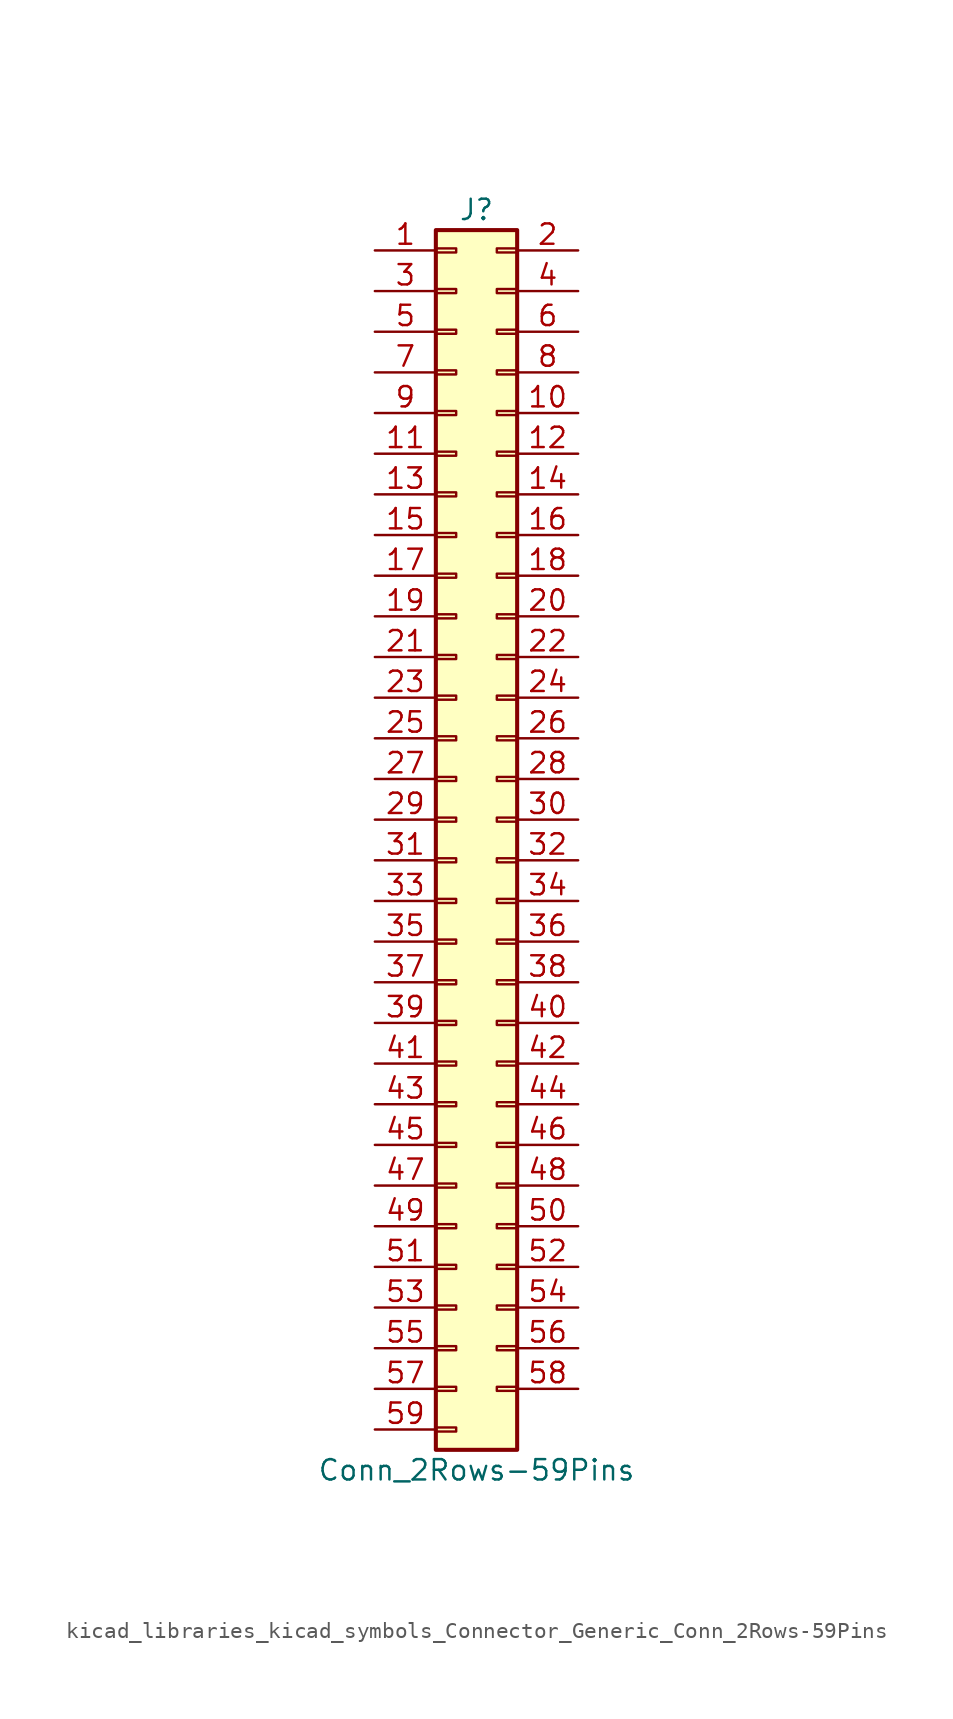
<source format=kicad_sym>
(kicad_symbol_lib
  (version 20220914)
  (generator kicad_symbol_editor)
  (symbol "kicad_libraries_kicad_symbols_Connector_Generic_Conn_2Rows-59Pins"
    (pin_names
      (offset 1.016) hide)
    (property "Reference" "J"
      (at 1.27 38.1 0)
      (effects (font (size 1.27 1.27))))
    (property "Value" "Conn_2Rows-59Pins"
      (at 1.27 -40.64 0)
      (effects (font (size 1.27 1.27))))
    (symbol "kicad_libraries_kicad_symbols_Connector_Generic_Conn_2Rows-59Pins_1_1"
      (rectangle (start -1.27 -37.973) (end 0 -38.227) (stroke (width 0.152) (type default)) (fill (type none)))
      (rectangle (start -1.27 -35.433) (end 0 -35.687) (stroke (width 0.152) (type default)) (fill (type none)))
      (rectangle (start -1.27 -32.893) (end 0 -33.147) (stroke (width 0.152) (type default)) (fill (type none)))
      (rectangle (start -1.27 -30.353) (end 0 -30.607) (stroke (width 0.152) (type default)) (fill (type none)))
      (rectangle (start -1.27 -27.813) (end 0 -28.067) (stroke (width 0.152) (type default)) (fill (type none)))
      (rectangle (start -1.27 -25.273) (end 0 -25.527) (stroke (width 0.152) (type default)) (fill (type none)))
      (rectangle (start -1.27 -22.733) (end 0 -22.987) (stroke (width 0.152) (type default)) (fill (type none)))
      (rectangle (start -1.27 -20.193) (end 0 -20.447) (stroke (width 0.152) (type default)) (fill (type none)))
      (rectangle (start -1.27 -17.653) (end 0 -17.907) (stroke (width 0.152) (type default)) (fill (type none)))
      (rectangle (start -1.27 -15.113) (end 0 -15.367) (stroke (width 0.152) (type default)) (fill (type none)))
      (rectangle (start -1.27 -12.573) (end 0 -12.827) (stroke (width 0.152) (type default)) (fill (type none)))
      (rectangle (start -1.27 -10.033) (end 0 -10.287) (stroke (width 0.152) (type default)) (fill (type none)))
      (rectangle (start -1.27 -7.493) (end 0 -7.747) (stroke (width 0.152) (type default)) (fill (type none)))
      (rectangle (start -1.27 -4.953) (end 0 -5.207) (stroke (width 0.152) (type default)) (fill (type none)))
      (rectangle (start -1.27 -2.413) (end 0 -2.667) (stroke (width 0.152) (type default)) (fill (type none)))
      (rectangle (start -1.27 0.127) (end 0 -0.127) (stroke (width 0.152) (type default)) (fill (type none)))
      (rectangle (start -1.27 2.667) (end 0 2.413) (stroke (width 0.152) (type default)) (fill (type none)))
      (rectangle (start -1.27 5.207) (end 0 4.953) (stroke (width 0.152) (type default)) (fill (type none)))
      (rectangle (start -1.27 7.747) (end 0 7.493) (stroke (width 0.152) (type default)) (fill (type none)))
      (rectangle (start -1.27 10.287) (end 0 10.033) (stroke (width 0.152) (type default)) (fill (type none)))
      (rectangle (start -1.27 12.827) (end 0 12.573) (stroke (width 0.152) (type default)) (fill (type none)))
      (rectangle (start -1.27 15.367) (end 0 15.113) (stroke (width 0.152) (type default)) (fill (type none)))
      (rectangle (start -1.27 17.907) (end 0 17.653) (stroke (width 0.152) (type default)) (fill (type none)))
      (rectangle (start -1.27 20.447) (end 0 20.193) (stroke (width 0.152) (type default)) (fill (type none)))
      (rectangle (start -1.27 22.987) (end 0 22.733) (stroke (width 0.152) (type default)) (fill (type none)))
      (rectangle (start -1.27 25.527) (end 0 25.273) (stroke (width 0.152) (type default)) (fill (type none)))
      (rectangle (start -1.27 28.067) (end 0 27.813) (stroke (width 0.152) (type default)) (fill (type none)))
      (rectangle (start -1.27 30.607) (end 0 30.353) (stroke (width 0.152) (type default)) (fill (type none)))
      (rectangle (start -1.27 33.147) (end 0 32.893) (stroke (width 0.152) (type default)) (fill (type none)))
      (rectangle (start -1.27 35.687) (end 0 35.433) (stroke (width 0.152) (type default)) (fill (type none)))
      (rectangle (start -1.27 36.83) (end 3.81 -39.37) (stroke (width 0.254) (type default)) (fill (type background)))
      (rectangle (start 3.81 -35.433) (end 2.54 -35.687) (stroke (width 0.152) (type default)) (fill (type none)))
      (rectangle (start 3.81 -32.893) (end 2.54 -33.147) (stroke (width 0.152) (type default)) (fill (type none)))
      (rectangle (start 3.81 -30.353) (end 2.54 -30.607) (stroke (width 0.152) (type default)) (fill (type none)))
      (rectangle (start 3.81 -27.813) (end 2.54 -28.067) (stroke (width 0.152) (type default)) (fill (type none)))
      (rectangle (start 3.81 -25.273) (end 2.54 -25.527) (stroke (width 0.152) (type default)) (fill (type none)))
      (rectangle (start 3.81 -22.733) (end 2.54 -22.987) (stroke (width 0.152) (type default)) (fill (type none)))
      (rectangle (start 3.81 -20.193) (end 2.54 -20.447) (stroke (width 0.152) (type default)) (fill (type none)))
      (rectangle (start 3.81 -17.653) (end 2.54 -17.907) (stroke (width 0.152) (type default)) (fill (type none)))
      (rectangle (start 3.81 -15.113) (end 2.54 -15.367) (stroke (width 0.152) (type default)) (fill (type none)))
      (rectangle (start 3.81 -12.573) (end 2.54 -12.827) (stroke (width 0.152) (type default)) (fill (type none)))
      (rectangle (start 3.81 -10.033) (end 2.54 -10.287) (stroke (width 0.152) (type default)) (fill (type none)))
      (rectangle (start 3.81 -7.493) (end 2.54 -7.747) (stroke (width 0.152) (type default)) (fill (type none)))
      (rectangle (start 3.81 -4.953) (end 2.54 -5.207) (stroke (width 0.152) (type default)) (fill (type none)))
      (rectangle (start 3.81 -2.413) (end 2.54 -2.667) (stroke (width 0.152) (type default)) (fill (type none)))
      (rectangle (start 3.81 0.127) (end 2.54 -0.127) (stroke (width 0.152) (type default)) (fill (type none)))
      (rectangle (start 3.81 2.667) (end 2.54 2.413) (stroke (width 0.152) (type default)) (fill (type none)))
      (rectangle (start 3.81 5.207) (end 2.54 4.953) (stroke (width 0.152) (type default)) (fill (type none)))
      (rectangle (start 3.81 7.747) (end 2.54 7.493) (stroke (width 0.152) (type default)) (fill (type none)))
      (rectangle (start 3.81 10.287) (end 2.54 10.033) (stroke (width 0.152) (type default)) (fill (type none)))
      (rectangle (start 3.81 12.827) (end 2.54 12.573) (stroke (width 0.152) (type default)) (fill (type none)))
      (rectangle (start 3.81 15.367) (end 2.54 15.113) (stroke (width 0.152) (type default)) (fill (type none)))
      (rectangle (start 3.81 17.907) (end 2.54 17.653) (stroke (width 0.152) (type default)) (fill (type none)))
      (rectangle (start 3.81 20.447) (end 2.54 20.193) (stroke (width 0.152) (type default)) (fill (type none)))
      (rectangle (start 3.81 22.987) (end 2.54 22.733) (stroke (width 0.152) (type default)) (fill (type none)))
      (rectangle (start 3.81 25.527) (end 2.54 25.273) (stroke (width 0.152) (type default)) (fill (type none)))
      (rectangle (start 3.81 28.067) (end 2.54 27.813) (stroke (width 0.152) (type default)) (fill (type none)))
      (rectangle (start 3.81 30.607) (end 2.54 30.353) (stroke (width 0.152) (type default)) (fill (type none)))
      (rectangle (start 3.81 33.147) (end 2.54 32.893) (stroke (width 0.152) (type default)) (fill (type none)))
      (rectangle (start 3.81 35.687) (end 2.54 35.433) (stroke (width 0.152) (type default)) (fill (type none)))
      (pin passive line (at -5.08 35.56 0) (length 3.81) (name "Pin_1" (effects (font (size 1.27 1.27)))) (number "1" (effects (font (size 1.27 1.27)))))
      (pin passive line (at 7.62 25.4 180) (length 3.81) (name "Pin_10" (effects (font (size 1.27 1.27)))) (number "10" (effects (font (size 1.27 1.27)))))
      (pin passive line (at -5.08 22.86 0) (length 3.81) (name "Pin_11" (effects (font (size 1.27 1.27)))) (number "11" (effects (font (size 1.27 1.27)))))
      (pin passive line (at 7.62 22.86 180) (length 3.81) (name "Pin_12" (effects (font (size 1.27 1.27)))) (number "12" (effects (font (size 1.27 1.27)))))
      (pin passive line (at -5.08 20.32 0) (length 3.81) (name "Pin_13" (effects (font (size 1.27 1.27)))) (number "13" (effects (font (size 1.27 1.27)))))
      (pin passive line (at 7.62 20.32 180) (length 3.81) (name "Pin_14" (effects (font (size 1.27 1.27)))) (number "14" (effects (font (size 1.27 1.27)))))
      (pin passive line (at -5.08 17.78 0) (length 3.81) (name "Pin_15" (effects (font (size 1.27 1.27)))) (number "15" (effects (font (size 1.27 1.27)))))
      (pin passive line (at 7.62 17.78 180) (length 3.81) (name "Pin_16" (effects (font (size 1.27 1.27)))) (number "16" (effects (font (size 1.27 1.27)))))
      (pin passive line (at -5.08 15.24 0) (length 3.81) (name "Pin_17" (effects (font (size 1.27 1.27)))) (number "17" (effects (font (size 1.27 1.27)))))
      (pin passive line (at 7.62 15.24 180) (length 3.81) (name "Pin_18" (effects (font (size 1.27 1.27)))) (number "18" (effects (font (size 1.27 1.27)))))
      (pin passive line (at -5.08 12.7 0) (length 3.81) (name "Pin_19" (effects (font (size 1.27 1.27)))) (number "19" (effects (font (size 1.27 1.27)))))
      (pin passive line (at 7.62 35.56 180) (length 3.81) (name "Pin_2" (effects (font (size 1.27 1.27)))) (number "2" (effects (font (size 1.27 1.27)))))
      (pin passive line (at 7.62 12.7 180) (length 3.81) (name "Pin_20" (effects (font (size 1.27 1.27)))) (number "20" (effects (font (size 1.27 1.27)))))
      (pin passive line (at -5.08 10.16 0) (length 3.81) (name "Pin_21" (effects (font (size 1.27 1.27)))) (number "21" (effects (font (size 1.27 1.27)))))
      (pin passive line (at 7.62 10.16 180) (length 3.81) (name "Pin_22" (effects (font (size 1.27 1.27)))) (number "22" (effects (font (size 1.27 1.27)))))
      (pin passive line (at -5.08 7.62 0) (length 3.81) (name "Pin_23" (effects (font (size 1.27 1.27)))) (number "23" (effects (font (size 1.27 1.27)))))
      (pin passive line (at 7.62 7.62 180) (length 3.81) (name "Pin_24" (effects (font (size 1.27 1.27)))) (number "24" (effects (font (size 1.27 1.27)))))
      (pin passive line (at -5.08 5.08 0) (length 3.81) (name "Pin_25" (effects (font (size 1.27 1.27)))) (number "25" (effects (font (size 1.27 1.27)))))
      (pin passive line (at 7.62 5.08 180) (length 3.81) (name "Pin_26" (effects (font (size 1.27 1.27)))) (number "26" (effects (font (size 1.27 1.27)))))
      (pin passive line (at -5.08 2.54 0) (length 3.81) (name "Pin_27" (effects (font (size 1.27 1.27)))) (number "27" (effects (font (size 1.27 1.27)))))
      (pin passive line (at 7.62 2.54 180) (length 3.81) (name "Pin_28" (effects (font (size 1.27 1.27)))) (number "28" (effects (font (size 1.27 1.27)))))
      (pin passive line (at -5.08 0 0) (length 3.81) (name "Pin_29" (effects (font (size 1.27 1.27)))) (number "29" (effects (font (size 1.27 1.27)))))
      (pin passive line (at -5.08 33.02 0) (length 3.81) (name "Pin_3" (effects (font (size 1.27 1.27)))) (number "3" (effects (font (size 1.27 1.27)))))
      (pin passive line (at 7.62 0 180) (length 3.81) (name "Pin_30" (effects (font (size 1.27 1.27)))) (number "30" (effects (font (size 1.27 1.27)))))
      (pin passive line (at -5.08 -2.54 0) (length 3.81) (name "Pin_31" (effects (font (size 1.27 1.27)))) (number "31" (effects (font (size 1.27 1.27)))))
      (pin passive line (at 7.62 -2.54 180) (length 3.81) (name "Pin_32" (effects (font (size 1.27 1.27)))) (number "32" (effects (font (size 1.27 1.27)))))
      (pin passive line (at -5.08 -5.08 0) (length 3.81) (name "Pin_33" (effects (font (size 1.27 1.27)))) (number "33" (effects (font (size 1.27 1.27)))))
      (pin passive line (at 7.62 -5.08 180) (length 3.81) (name "Pin_34" (effects (font (size 1.27 1.27)))) (number "34" (effects (font (size 1.27 1.27)))))
      (pin passive line (at -5.08 -7.62 0) (length 3.81) (name "Pin_35" (effects (font (size 1.27 1.27)))) (number "35" (effects (font (size 1.27 1.27)))))
      (pin passive line (at 7.62 -7.62 180) (length 3.81) (name "Pin_36" (effects (font (size 1.27 1.27)))) (number "36" (effects (font (size 1.27 1.27)))))
      (pin passive line (at -5.08 -10.16 0) (length 3.81) (name "Pin_37" (effects (font (size 1.27 1.27)))) (number "37" (effects (font (size 1.27 1.27)))))
      (pin passive line (at 7.62 -10.16 180) (length 3.81) (name "Pin_38" (effects (font (size 1.27 1.27)))) (number "38" (effects (font (size 1.27 1.27)))))
      (pin passive line (at -5.08 -12.7 0) (length 3.81) (name "Pin_39" (effects (font (size 1.27 1.27)))) (number "39" (effects (font (size 1.27 1.27)))))
      (pin passive line (at 7.62 33.02 180) (length 3.81) (name "Pin_4" (effects (font (size 1.27 1.27)))) (number "4" (effects (font (size 1.27 1.27)))))
      (pin passive line (at 7.62 -12.7 180) (length 3.81) (name "Pin_40" (effects (font (size 1.27 1.27)))) (number "40" (effects (font (size 1.27 1.27)))))
      (pin passive line (at -5.08 -15.24 0) (length 3.81) (name "Pin_41" (effects (font (size 1.27 1.27)))) (number "41" (effects (font (size 1.27 1.27)))))
      (pin passive line (at 7.62 -15.24 180) (length 3.81) (name "Pin_42" (effects (font (size 1.27 1.27)))) (number "42" (effects (font (size 1.27 1.27)))))
      (pin passive line (at -5.08 -17.78 0) (length 3.81) (name "Pin_43" (effects (font (size 1.27 1.27)))) (number "43" (effects (font (size 1.27 1.27)))))
      (pin passive line (at 7.62 -17.78 180) (length 3.81) (name "Pin_44" (effects (font (size 1.27 1.27)))) (number "44" (effects (font (size 1.27 1.27)))))
      (pin passive line (at -5.08 -20.32 0) (length 3.81) (name "Pin_45" (effects (font (size 1.27 1.27)))) (number "45" (effects (font (size 1.27 1.27)))))
      (pin passive line (at 7.62 -20.32 180) (length 3.81) (name "Pin_46" (effects (font (size 1.27 1.27)))) (number "46" (effects (font (size 1.27 1.27)))))
      (pin passive line (at -5.08 -22.86 0) (length 3.81) (name "Pin_47" (effects (font (size 1.27 1.27)))) (number "47" (effects (font (size 1.27 1.27)))))
      (pin passive line (at 7.62 -22.86 180) (length 3.81) (name "Pin_48" (effects (font (size 1.27 1.27)))) (number "48" (effects (font (size 1.27 1.27)))))
      (pin passive line (at -5.08 -25.4 0) (length 3.81) (name "Pin_49" (effects (font (size 1.27 1.27)))) (number "49" (effects (font (size 1.27 1.27)))))
      (pin passive line (at -5.08 30.48 0) (length 3.81) (name "Pin_5" (effects (font (size 1.27 1.27)))) (number "5" (effects (font (size 1.27 1.27)))))
      (pin passive line (at 7.62 -25.4 180) (length 3.81) (name "Pin_50" (effects (font (size 1.27 1.27)))) (number "50" (effects (font (size 1.27 1.27)))))
      (pin passive line (at -5.08 -27.94 0) (length 3.81) (name "Pin_51" (effects (font (size 1.27 1.27)))) (number "51" (effects (font (size 1.27 1.27)))))
      (pin passive line (at 7.62 -27.94 180) (length 3.81) (name "Pin_52" (effects (font (size 1.27 1.27)))) (number "52" (effects (font (size 1.27 1.27)))))
      (pin passive line (at -5.08 -30.48 0) (length 3.81) (name "Pin_53" (effects (font (size 1.27 1.27)))) (number "53" (effects (font (size 1.27 1.27)))))
      (pin passive line (at 7.62 -30.48 180) (length 3.81) (name "Pin_54" (effects (font (size 1.27 1.27)))) (number "54" (effects (font (size 1.27 1.27)))))
      (pin passive line (at -5.08 -33.02 0) (length 3.81) (name "Pin_55" (effects (font (size 1.27 1.27)))) (number "55" (effects (font (size 1.27 1.27)))))
      (pin passive line (at 7.62 -33.02 180) (length 3.81) (name "Pin_56" (effects (font (size 1.27 1.27)))) (number "56" (effects (font (size 1.27 1.27)))))
      (pin passive line (at -5.08 -35.56 0) (length 3.81) (name "Pin_57" (effects (font (size 1.27 1.27)))) (number "57" (effects (font (size 1.27 1.27)))))
      (pin passive line (at 7.62 -35.56 180) (length 3.81) (name "Pin_58" (effects (font (size 1.27 1.27)))) (number "58" (effects (font (size 1.27 1.27)))))
      (pin passive line (at -5.08 -38.1 0) (length 3.81) (name "Pin_59" (effects (font (size 1.27 1.27)))) (number "59" (effects (font (size 1.27 1.27)))))
      (pin passive line (at 7.62 30.48 180) (length 3.81) (name "Pin_6" (effects (font (size 1.27 1.27)))) (number "6" (effects (font (size 1.27 1.27)))))
      (pin passive line (at -5.08 27.94 0) (length 3.81) (name "Pin_7" (effects (font (size 1.27 1.27)))) (number "7" (effects (font (size 1.27 1.27)))))
      (pin passive line (at 7.62 27.94 180) (length 3.81) (name "Pin_8" (effects (font (size 1.27 1.27)))) (number "8" (effects (font (size 1.27 1.27)))))
      (pin passive line (at -5.08 25.4 0) (length 3.81) (name "Pin_9" (effects (font (size 1.27 1.27)))) (number "9" (effects (font (size 1.27 1.27))))))))
</source>
